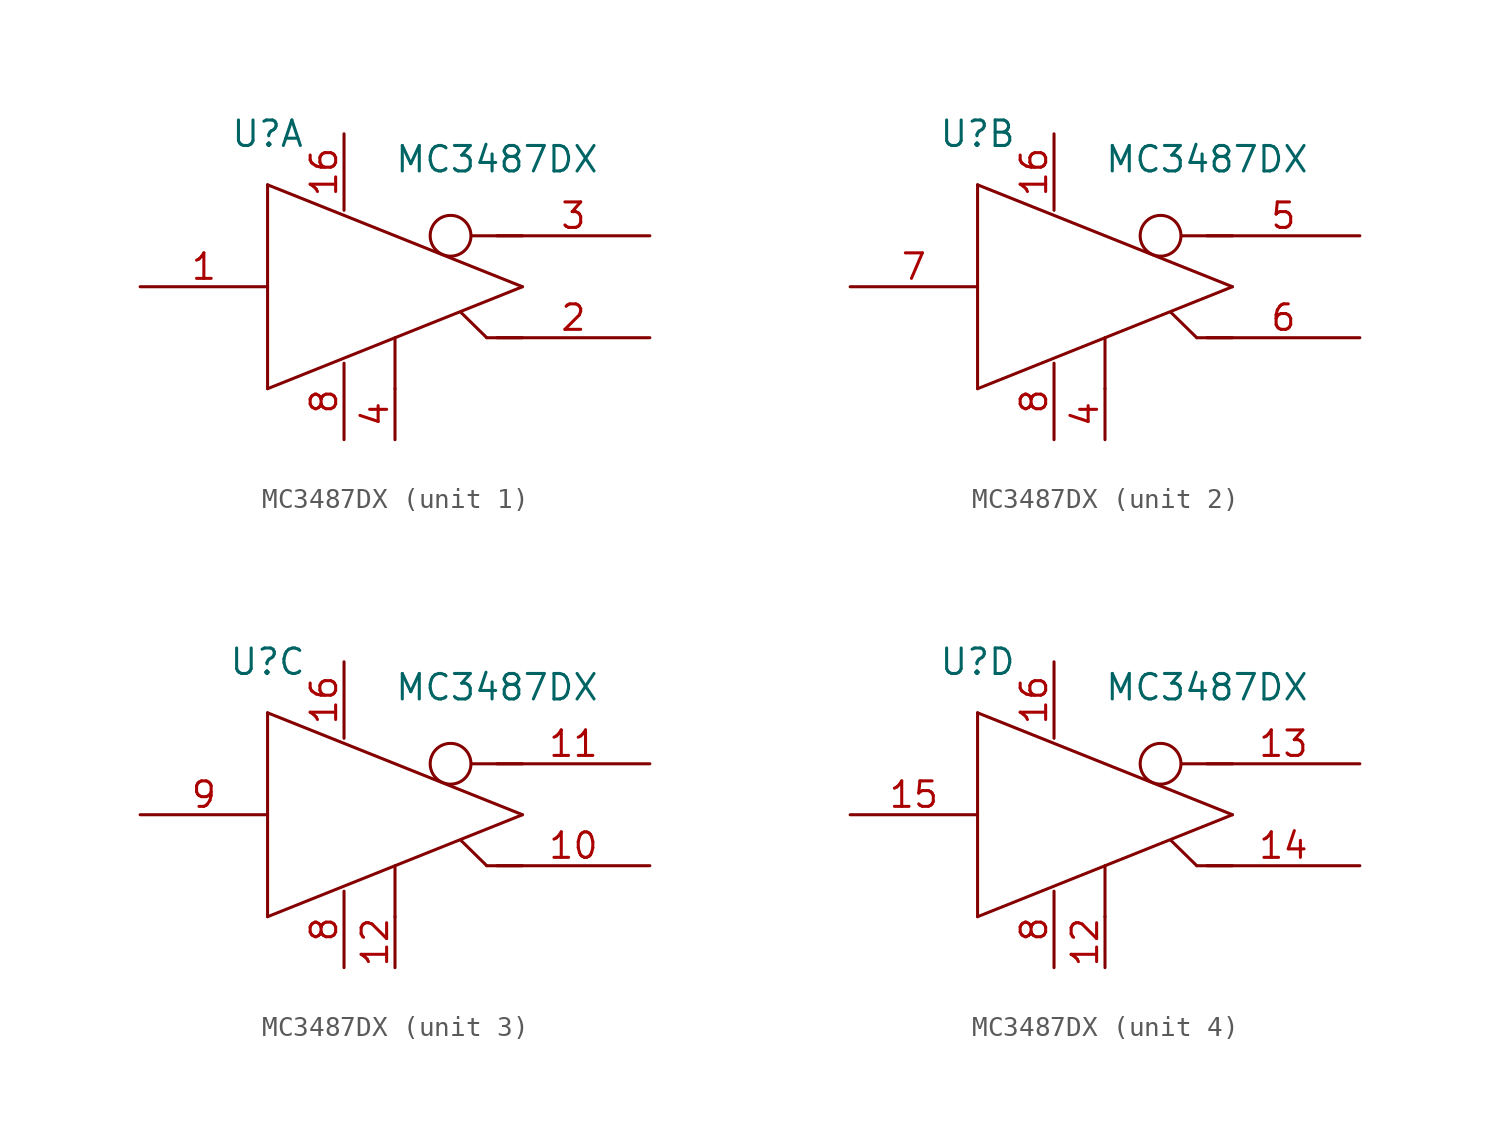
<source format=kicad_sym>
(kicad_symbol_lib
  (version 20201005)
  (generator kicad_symbol_editor)
  (symbol "MC3487DX"
    (pin_names
      (offset 1.016) hide)
    (property "Reference" "U"
      (at -6.35 7.62 0)
      (effects (font (size 1.27 1.27))))
    (property "Value" "MC3487DX"
      (at 5.08 6.35 0)
      (effects (font (size 1.27 1.27))))
    (symbol "MC3487DX_0_1"
      (circle (center 2.769 2.54) (radius 1.016) (stroke (width 0)) (fill (type none)))
      (polyline (pts (xy -6.35 -5.08) (xy 6.35 0)) (stroke (width 0)) (fill (type none)))
      (polyline (pts (xy -6.35 5.08) (xy -6.35 -5.08)) (stroke (width 0)) (fill (type none)))
      (polyline (pts (xy 0 -5.08) (xy 0 -2.54)) (stroke (width 0)) (fill (type none)))
      (polyline (pts (xy 3.81 2.54) (xy 6.35 2.54)) (stroke (width 0)) (fill (type none)))
      (polyline (pts (xy 4.572 -2.54) (xy 3.277 -1.27)) (stroke (width 0)) (fill (type none)))
      (polyline (pts (xy 6.35 -2.54) (xy 4.572 -2.54)) (stroke (width 0)) (fill (type none)))
      (polyline (pts (xy 6.35 0) (xy -6.35 5.08)) (stroke (width 0)) (fill (type none))))
    (symbol "MC3487DX_1_1"
      (pin input line (at -12.7 0 0) (length 6.35) (name "INPUT" (effects (font (size 1.27 1.27)))) (number "1" (effects (font (size 1.27 1.27)))))
      (pin tri_state line (at 12.7 -2.54 180) (length 7.62) (name "OUT+" (effects (font (size 1.27 1.27)))) (number "2" (effects (font (size 1.27 1.27)))))
      (pin tri_state line (at 12.7 2.54 180) (length 7.62) (name "OUT-" (effects (font (size 1.27 1.27)))) (number "3" (effects (font (size 1.27 1.27)))))
      (pin input line (at 0 -7.62 90) (length 2.54) (name "ENABLE" (effects (font (size 1.27 1.27)))) (number "4" (effects (font (size 1.27 1.27)))))
      (pin power_in line (at -2.54 -7.62 90) (length 3.81) (name "GND" (effects (font (size 1.27 1.27)))) (number "8" (effects (font (size 1.27 1.27)))))
      (pin power_in line (at -2.54 7.62 270) (length 3.81) (name "VCC" (effects (font (size 1.27 1.27)))) (number "16" (effects (font (size 1.27 1.27))))))
    (symbol "MC3487DX_2_1"
      (pin input line (at 0 -7.62 90) (length 2.54) (name "ENABLE" (effects (font (size 1.27 1.27)))) (number "4" (effects (font (size 1.27 1.27)))))
      (pin tri_state line (at 12.7 2.54 180) (length 7.62) (name "OUT-" (effects (font (size 1.27 1.27)))) (number "5" (effects (font (size 1.27 1.27)))))
      (pin tri_state line (at 12.7 -2.54 180) (length 7.62) (name "OUT+" (effects (font (size 1.27 1.27)))) (number "6" (effects (font (size 1.27 1.27)))))
      (pin input line (at -12.7 0 0) (length 6.35) (name "INPUT" (effects (font (size 1.27 1.27)))) (number "7" (effects (font (size 1.27 1.27)))))
      (pin power_in line (at -2.54 -7.62 90) (length 3.81) (name "GND" (effects (font (size 1.27 1.27)))) (number "8" (effects (font (size 1.27 1.27)))))
      (pin power_in line (at -2.54 7.62 270) (length 3.81) (name "VCC" (effects (font (size 1.27 1.27)))) (number "16" (effects (font (size 1.27 1.27))))))
    (symbol "MC3487DX_3_1"
      (pin power_in line (at -2.54 -7.62 90) (length 3.81) (name "GND" (effects (font (size 1.27 1.27)))) (number "8" (effects (font (size 1.27 1.27)))))
      (pin input line (at -12.7 0 0) (length 6.35) (name "INPUT" (effects (font (size 1.27 1.27)))) (number "9" (effects (font (size 1.27 1.27)))))
      (pin tri_state line (at 12.7 -2.54 180) (length 7.62) (name "OUT+" (effects (font (size 1.27 1.27)))) (number "10" (effects (font (size 1.27 1.27)))))
      (pin tri_state line (at 12.7 2.54 180) (length 7.62) (name "OUT-" (effects (font (size 1.27 1.27)))) (number "11" (effects (font (size 1.27 1.27)))))
      (pin input line (at 0 -7.62 90) (length 2.54) (name "ENABLE" (effects (font (size 1.27 1.27)))) (number "12" (effects (font (size 1.27 1.27)))))
      (pin power_in line (at -2.54 7.62 270) (length 3.81) (name "VCC" (effects (font (size 1.27 1.27)))) (number "16" (effects (font (size 1.27 1.27))))))
    (symbol "MC3487DX_4_1"
      (pin power_in line (at -2.54 -7.62 90) (length 3.81) (name "GND" (effects (font (size 1.27 1.27)))) (number "8" (effects (font (size 1.27 1.27)))))
      (pin input line (at 0 -7.62 90) (length 2.54) (name "ENABLE" (effects (font (size 1.27 1.27)))) (number "12" (effects (font (size 1.27 1.27)))))
      (pin tri_state line (at 12.7 2.54 180) (length 7.62) (name "OUT-" (effects (font (size 1.27 1.27)))) (number "13" (effects (font (size 1.27 1.27)))))
      (pin tri_state line (at 12.7 -2.54 180) (length 7.62) (name "OUT+" (effects (font (size 1.27 1.27)))) (number "14" (effects (font (size 1.27 1.27)))))
      (pin input line (at -12.7 0 0) (length 6.35) (name "INPUT" (effects (font (size 1.27 1.27)))) (number "15" (effects (font (size 1.27 1.27)))))
      (pin power_in line (at -2.54 7.62 270) (length 3.81) (name "VCC" (effects (font (size 1.27 1.27)))) (number "16" (effects (font (size 1.27 1.27))))))))
</source>
